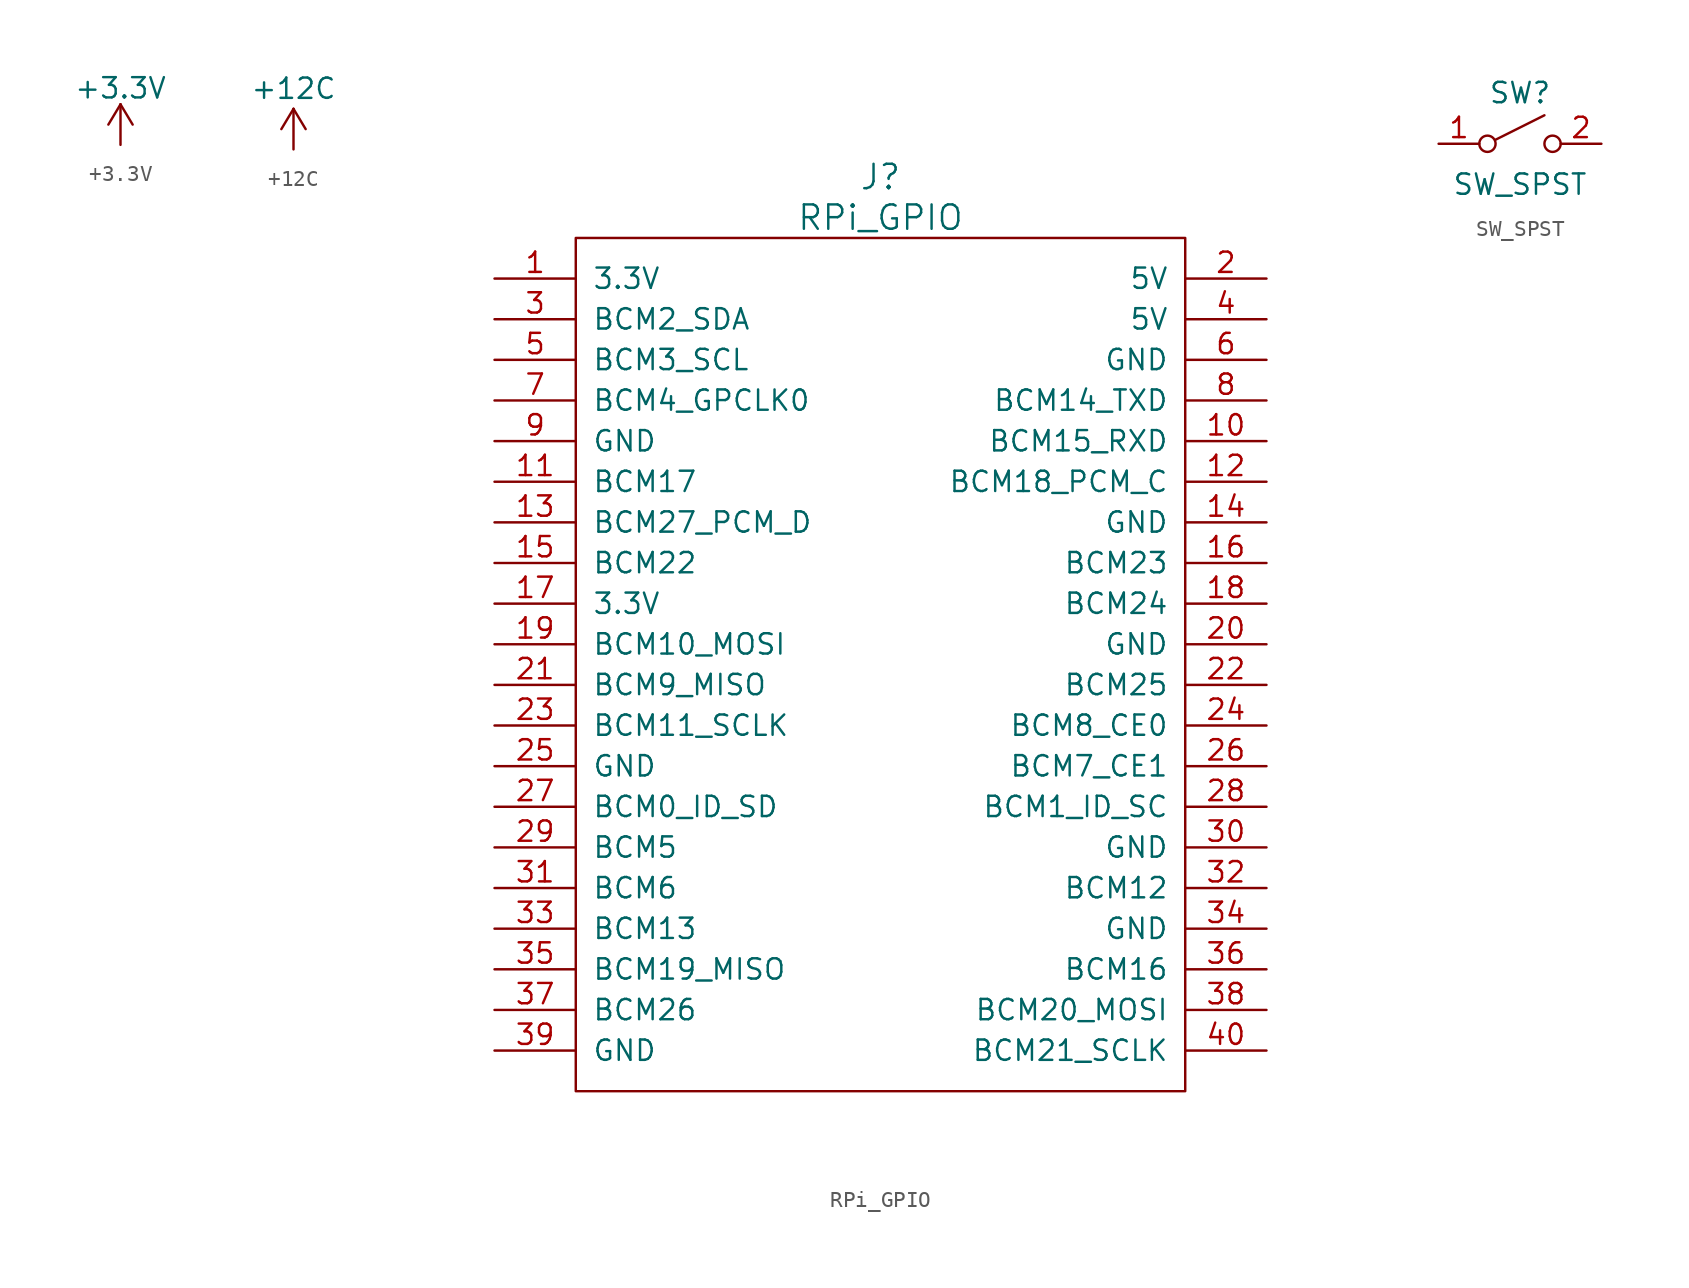
<source format=kicad_sym>
(kicad_symbol_lib
  (version 20220914)
  (generator kicad_symbol_editor)
  (symbol "+3.3V"
    (power)
    (pin_names
      (offset 0))
    (property "Reference" "#PWR"
      (at 0 -3.81 0)
      (effects (font (size 1.27 1.27)) hide))
    (property "Value" "+3.3V"
      (at 0 3.556 0)
      (effects (font (size 1.27 1.27))))
    (symbol "+3.3V_0_1"
      (polyline (pts (xy -0.762 1.27) (xy 0 2.54)) (stroke (width 0) (type solid)) (fill (type none)))
      (polyline (pts (xy 0 0) (xy 0 2.54)) (stroke (width 0) (type solid)) (fill (type none)))
      (polyline (pts (xy 0 2.54) (xy 0.762 1.27)) (stroke (width 0) (type solid)) (fill (type none))))
    (symbol "+3.3V_1_1"
      (pin power_in line (at 0 0 90) (length 0) hide (name "+3V3" (effects (font (size 1.27 1.27)))) (number "1" (effects (font (size 1.27 1.27)))))))
  (symbol "+12C"
    (power)
    (pin_names
      (offset 0))
    (property "Reference" "#PWR"
      (at 0 -3.81 0)
      (effects (font (size 1.27 1.27)) hide))
    (property "Value" "+12C"
      (at 0 3.81 0)
      (effects (font (size 1.27 1.27))))
    (symbol "+12C_0_1"
      (polyline (pts (xy -0.762 1.27) (xy 0 2.54)) (stroke (width 0) (type solid)) (fill (type none)))
      (polyline (pts (xy 0 0) (xy 0 2.54)) (stroke (width 0) (type solid)) (fill (type none)))
      (polyline (pts (xy 0 2.54) (xy 0.762 1.27)) (stroke (width 0) (type solid)) (fill (type none))))
    (symbol "+12C_1_1"
      (pin power_in line (at 0 0 90) (length 0) hide (name "+12C" (effects (font (size 1.27 1.27)))) (number "1" (effects (font (size 1.27 1.27)))))))
  (symbol "RPi_GPIO"
    (pin_names
      (offset 1.016))
    (property "Reference" "J"
      (at 19.05 6.35 0)
      (effects (font (size 1.524 1.524))))
    (property "Value" "RPi_GPIO"
      (at 19.05 3.81 0)
      (effects (font (size 1.524 1.524))))
    (property "Footprint" ""
      (at 0 0 0)
      (effects (font (size 1.524 1.524))))
    (property "Datasheet" ""
      (at 0 0 0)
      (effects (font (size 1.524 1.524))))
    (symbol "RPi_GPIO_0_1"
      (rectangle (start 0 2.54) (end 38.1 -50.8) (stroke (width 0) (type solid)) (fill (type none))))
    (symbol "RPi_GPIO_1_1"
      (pin power_in line (at -5.08 0 0) (length 5.08) (name "3.3V" (effects (font (size 1.27 1.27)))) (number "1" (effects (font (size 1.27 1.27)))))
      (pin bidirectional line (at 43.18 -10.16 180) (length 5.08) (name "BCM15_RXD" (effects (font (size 1.27 1.27)))) (number "10" (effects (font (size 1.27 1.27)))))
      (pin bidirectional line (at -5.08 -12.7 0) (length 5.08) (name "BCM17" (effects (font (size 1.27 1.27)))) (number "11" (effects (font (size 1.27 1.27)))))
      (pin bidirectional line (at 43.18 -12.7 180) (length 5.08) (name "BCM18_PCM_C" (effects (font (size 1.27 1.27)))) (number "12" (effects (font (size 1.27 1.27)))))
      (pin bidirectional line (at -5.08 -15.24 0) (length 5.08) (name "BCM27_PCM_D" (effects (font (size 1.27 1.27)))) (number "13" (effects (font (size 1.27 1.27)))))
      (pin power_in line (at 43.18 -15.24 180) (length 5.08) (name "GND" (effects (font (size 1.27 1.27)))) (number "14" (effects (font (size 1.27 1.27)))))
      (pin bidirectional line (at -5.08 -17.78 0) (length 5.08) (name "BCM22" (effects (font (size 1.27 1.27)))) (number "15" (effects (font (size 1.27 1.27)))))
      (pin bidirectional line (at 43.18 -17.78 180) (length 5.08) (name "BCM23" (effects (font (size 1.27 1.27)))) (number "16" (effects (font (size 1.27 1.27)))))
      (pin power_in line (at -5.08 -20.32 0) (length 5.08) (name "3.3V" (effects (font (size 1.27 1.27)))) (number "17" (effects (font (size 1.27 1.27)))))
      (pin bidirectional line (at 43.18 -20.32 180) (length 5.08) (name "BCM24" (effects (font (size 1.27 1.27)))) (number "18" (effects (font (size 1.27 1.27)))))
      (pin bidirectional line (at -5.08 -22.86 0) (length 5.08) (name "BCM10_MOSI" (effects (font (size 1.27 1.27)))) (number "19" (effects (font (size 1.27 1.27)))))
      (pin power_in line (at 43.18 0 180) (length 5.08) (name "5V" (effects (font (size 1.27 1.27)))) (number "2" (effects (font (size 1.27 1.27)))))
      (pin power_in line (at 43.18 -22.86 180) (length 5.08) (name "GND" (effects (font (size 1.27 1.27)))) (number "20" (effects (font (size 1.27 1.27)))))
      (pin bidirectional line (at -5.08 -25.4 0) (length 5.08) (name "BCM9_MISO" (effects (font (size 1.27 1.27)))) (number "21" (effects (font (size 1.27 1.27)))))
      (pin bidirectional line (at 43.18 -25.4 180) (length 5.08) (name "BCM25" (effects (font (size 1.27 1.27)))) (number "22" (effects (font (size 1.27 1.27)))))
      (pin bidirectional line (at -5.08 -27.94 0) (length 5.08) (name "BCM11_SCLK" (effects (font (size 1.27 1.27)))) (number "23" (effects (font (size 1.27 1.27)))))
      (pin bidirectional line (at 43.18 -27.94 180) (length 5.08) (name "BCM8_CE0" (effects (font (size 1.27 1.27)))) (number "24" (effects (font (size 1.27 1.27)))))
      (pin power_in line (at -5.08 -30.48 0) (length 5.08) (name "GND" (effects (font (size 1.27 1.27)))) (number "25" (effects (font (size 1.27 1.27)))))
      (pin bidirectional line (at 43.18 -30.48 180) (length 5.08) (name "BCM7_CE1" (effects (font (size 1.27 1.27)))) (number "26" (effects (font (size 1.27 1.27)))))
      (pin bidirectional line (at -5.08 -33.02 0) (length 5.08) (name "BCM0_ID_SD" (effects (font (size 1.27 1.27)))) (number "27" (effects (font (size 1.27 1.27)))))
      (pin bidirectional line (at 43.18 -33.02 180) (length 5.08) (name "BCM1_ID_SC" (effects (font (size 1.27 1.27)))) (number "28" (effects (font (size 1.27 1.27)))))
      (pin bidirectional line (at -5.08 -35.56 0) (length 5.08) (name "BCM5" (effects (font (size 1.27 1.27)))) (number "29" (effects (font (size 1.27 1.27)))))
      (pin bidirectional line (at -5.08 -2.54 0) (length 5.08) (name "BCM2_SDA" (effects (font (size 1.27 1.27)))) (number "3" (effects (font (size 1.27 1.27)))))
      (pin power_in line (at 43.18 -35.56 180) (length 5.08) (name "GND" (effects (font (size 1.27 1.27)))) (number "30" (effects (font (size 1.27 1.27)))))
      (pin bidirectional line (at -5.08 -38.1 0) (length 5.08) (name "BCM6" (effects (font (size 1.27 1.27)))) (number "31" (effects (font (size 1.27 1.27)))))
      (pin bidirectional line (at 43.18 -38.1 180) (length 5.08) (name "BCM12" (effects (font (size 1.27 1.27)))) (number "32" (effects (font (size 1.27 1.27)))))
      (pin bidirectional line (at -5.08 -40.64 0) (length 5.08) (name "BCM13" (effects (font (size 1.27 1.27)))) (number "33" (effects (font (size 1.27 1.27)))))
      (pin power_in line (at 43.18 -40.64 180) (length 5.08) (name "GND" (effects (font (size 1.27 1.27)))) (number "34" (effects (font (size 1.27 1.27)))))
      (pin bidirectional line (at -5.08 -43.18 0) (length 5.08) (name "BCM19_MISO" (effects (font (size 1.27 1.27)))) (number "35" (effects (font (size 1.27 1.27)))))
      (pin bidirectional line (at 43.18 -43.18 180) (length 5.08) (name "BCM16" (effects (font (size 1.27 1.27)))) (number "36" (effects (font (size 1.27 1.27)))))
      (pin bidirectional line (at -5.08 -45.72 0) (length 5.08) (name "BCM26" (effects (font (size 1.27 1.27)))) (number "37" (effects (font (size 1.27 1.27)))))
      (pin bidirectional line (at 43.18 -45.72 180) (length 5.08) (name "BCM20_MOSI" (effects (font (size 1.27 1.27)))) (number "38" (effects (font (size 1.27 1.27)))))
      (pin power_in line (at -5.08 -48.26 0) (length 5.08) (name "GND" (effects (font (size 1.27 1.27)))) (number "39" (effects (font (size 1.27 1.27)))))
      (pin power_in line (at 43.18 -2.54 180) (length 5.08) (name "5V" (effects (font (size 1.27 1.27)))) (number "4" (effects (font (size 1.27 1.27)))))
      (pin bidirectional line (at 43.18 -48.26 180) (length 5.08) (name "BCM21_SCLK" (effects (font (size 1.27 1.27)))) (number "40" (effects (font (size 1.27 1.27)))))
      (pin bidirectional line (at -5.08 -5.08 0) (length 5.08) (name "BCM3_SCL" (effects (font (size 1.27 1.27)))) (number "5" (effects (font (size 1.27 1.27)))))
      (pin power_in line (at 43.18 -5.08 180) (length 5.08) (name "GND" (effects (font (size 1.27 1.27)))) (number "6" (effects (font (size 1.27 1.27)))))
      (pin bidirectional line (at -5.08 -7.62 0) (length 5.08) (name "BCM4_GPCLK0" (effects (font (size 1.27 1.27)))) (number "7" (effects (font (size 1.27 1.27)))))
      (pin bidirectional line (at 43.18 -7.62 180) (length 5.08) (name "BCM14_TXD" (effects (font (size 1.27 1.27)))) (number "8" (effects (font (size 1.27 1.27)))))
      (pin power_in line (at -5.08 -10.16 0) (length 5.08) (name "GND" (effects (font (size 1.27 1.27)))) (number "9" (effects (font (size 1.27 1.27)))))))
  (symbol "SW_SPST"
    (pin_names
      (offset 0) hide)
    (property "Reference" "SW"
      (at 0 3.175 0)
      (effects (font (size 1.27 1.27))))
    (property "Value" "SW_SPST"
      (at 0 -2.54 0)
      (effects (font (size 1.27 1.27))))
    (symbol "SW_SPST_0_0"
      (circle (center -2.032 0) (radius 0.508) (stroke (width 0) (type solid)) (fill (type none)))
      (polyline (pts (xy -1.524 0.254) (xy 1.524 1.778)) (stroke (width 0) (type solid)) (fill (type none)))
      (circle (center 2.032 0) (radius 0.508) (stroke (width 0) (type solid)) (fill (type none))))
    (symbol "SW_SPST_1_1"
      (pin passive line (at -5.08 0 0) (length 2.54) (name "A" (effects (font (size 1.27 1.27)))) (number "1" (effects (font (size 1.27 1.27)))))
      (pin passive line (at 5.08 0 180) (length 2.54) (name "B" (effects (font (size 1.27 1.27)))) (number "2" (effects (font (size 1.27 1.27))))))))
</source>
